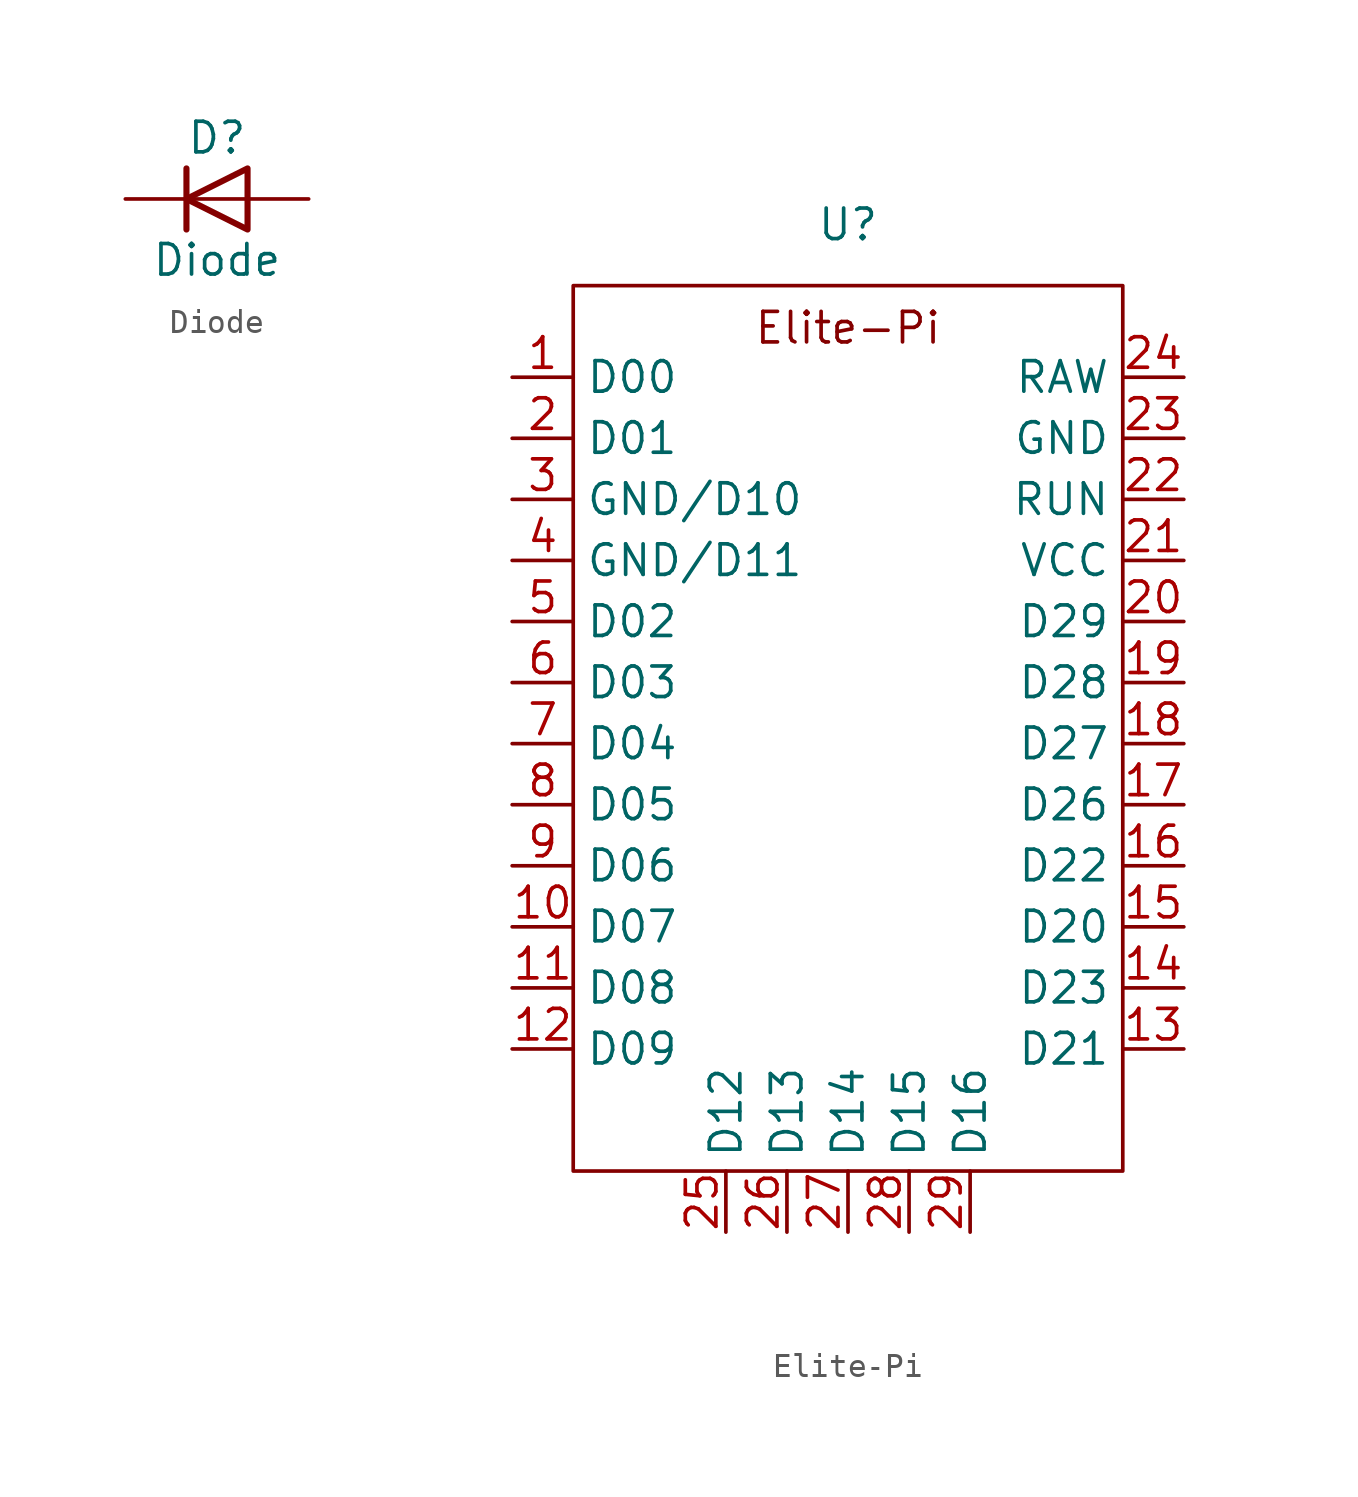
<source format=kicad_sym>
(kicad_symbol_lib
  (version 20231120)
  (generator "kicad_symbol_editor")
  (generator_version "8.0")
  (symbol "Diode"
    (pin_numbers hide)
    (pin_names hide)
    (property "Reference" "D"
      (at 0 2.54 0)
      (effects (font (size 1.27 1.27))))
    (property "Value" "Diode"
      (at 0 -2.54 0)
      (effects (font (size 1.27 1.27))))
    (symbol "Diode_0_1"
      (polyline (pts (xy -1.27 1.27) (xy -1.27 -1.27)) (stroke (width 0.254) (type default)) (fill (type none)))
      (polyline (pts (xy 1.27 0) (xy -1.27 0)) (stroke (width 0) (type default)) (fill (type none)))
      (polyline (pts (xy 1.27 1.27) (xy 1.27 -1.27) (xy -1.27 0) (xy 1.27 1.27)) (stroke (width 0.254) (type default)) (fill (type none))))
    (symbol "Diode_1_1"
      (pin passive line (at -3.81 0 0) (length 2.54) (name "K" (effects (font (size 1.27 1.27)))) (number "1" (effects (font (size 1.27 1.27)))))
      (pin passive line (at 3.81 0 180) (length 2.54) (name "A" (effects (font (size 1.27 1.27)))) (number "2" (effects (font (size 1.27 1.27)))))))
  (symbol "Elite-Pi"
    (property "Reference" "U"
      (at 0 0 0)
      (effects (font (size 1.27 1.27))))
    (property "Value" ""
      (at 0 0 0)
      (effects (font (size 1.27 1.27))))
    (symbol "Elite-Pi_1_1"
      (text_box "Elite-Pi" (at -11.43 -2.54 0) (size 22.86 -36.83) (stroke (width 0) (type default)) (fill (type none)) (effects (font (size 1.27 1.27)) (justify top)))
      (pin bidirectional line (at -13.97 -6.35 0) (length 2.54) (name "D00" (effects (font (size 1.27 1.27)))) (number "1" (effects (font (size 1.27 1.27)))))
      (pin bidirectional line (at -13.97 -29.21 0) (length 2.54) (name "D07" (effects (font (size 1.27 1.27)))) (number "10" (effects (font (size 1.27 1.27)))))
      (pin bidirectional line (at -13.97 -31.75 0) (length 2.54) (name "D08" (effects (font (size 1.27 1.27)))) (number "11" (effects (font (size 1.27 1.27)))))
      (pin bidirectional line (at -13.97 -34.29 0) (length 2.54) (name "D09" (effects (font (size 1.27 1.27)))) (number "12" (effects (font (size 1.27 1.27)))))
      (pin bidirectional line (at 13.97 -34.29 180) (length 2.54) (name "D21" (effects (font (size 1.27 1.27)))) (number "13" (effects (font (size 1.27 1.27)))))
      (pin bidirectional line (at 13.97 -31.75 180) (length 2.54) (name "D23" (effects (font (size 1.27 1.27)))) (number "14" (effects (font (size 1.27 1.27)))))
      (pin bidirectional line (at 13.97 -29.21 180) (length 2.54) (name "D20" (effects (font (size 1.27 1.27)))) (number "15" (effects (font (size 1.27 1.27)))))
      (pin bidirectional line (at 13.97 -26.67 180) (length 2.54) (name "D22" (effects (font (size 1.27 1.27)))) (number "16" (effects (font (size 1.27 1.27)))))
      (pin bidirectional line (at 13.97 -24.13 180) (length 2.54) (name "D26" (effects (font (size 1.27 1.27)))) (number "17" (effects (font (size 1.27 1.27)))))
      (pin bidirectional line (at 13.97 -21.59 180) (length 2.54) (name "D27" (effects (font (size 1.27 1.27)))) (number "18" (effects (font (size 1.27 1.27)))))
      (pin bidirectional line (at 13.97 -19.05 180) (length 2.54) (name "D28" (effects (font (size 1.27 1.27)))) (number "19" (effects (font (size 1.27 1.27)))))
      (pin bidirectional line (at -13.97 -8.89 0) (length 2.54) (name "D01" (effects (font (size 1.27 1.27)))) (number "2" (effects (font (size 1.27 1.27)))))
      (pin bidirectional line (at 13.97 -16.51 180) (length 2.54) (name "D29" (effects (font (size 1.27 1.27)))) (number "20" (effects (font (size 1.27 1.27)))))
      (pin power_out line (at 13.97 -13.97 180) (length 2.54) (name "VCC" (effects (font (size 1.27 1.27)))) (number "21" (effects (font (size 1.27 1.27)))))
      (pin power_in line (at 13.97 -11.43 180) (length 2.54) (name "RUN" (effects (font (size 1.27 1.27)))) (number "22" (effects (font (size 1.27 1.27)))))
      (pin power_in line (at 13.97 -8.89 180) (length 2.54) (name "GND" (effects (font (size 1.27 1.27)))) (number "23" (effects (font (size 1.27 1.27)))))
      (pin bidirectional line (at 13.97 -6.35 180) (length 2.54) (name "RAW" (effects (font (size 1.27 1.27)))) (number "24" (effects (font (size 1.27 1.27)))))
      (pin bidirectional line (at -5.08 -41.91 90) (length 2.54) (name "D12" (effects (font (size 1.27 1.27)))) (number "25" (effects (font (size 1.27 1.27)))))
      (pin bidirectional line (at -2.54 -41.91 90) (length 2.54) (name "D13" (effects (font (size 1.27 1.27)))) (number "26" (effects (font (size 1.27 1.27)))))
      (pin bidirectional line (at 0 -41.91 90) (length 2.54) (name "D14" (effects (font (size 1.27 1.27)))) (number "27" (effects (font (size 1.27 1.27)))))
      (pin bidirectional line (at 2.54 -41.91 90) (length 2.54) (name "D15" (effects (font (size 1.27 1.27)))) (number "28" (effects (font (size 1.27 1.27)))))
      (pin bidirectional line (at 5.08 -41.91 90) (length 2.54) (name "D16" (effects (font (size 1.27 1.27)))) (number "29" (effects (font (size 1.27 1.27)))))
      (pin bidirectional line (at -13.97 -11.43 0) (length 2.54) (name "GND/D10" (effects (font (size 1.27 1.27)))) (number "3" (effects (font (size 1.27 1.27)))))
      (pin bidirectional line (at -13.97 -13.97 0) (length 2.54) (name "GND/D11" (effects (font (size 1.27 1.27)))) (number "4" (effects (font (size 1.27 1.27)))))
      (pin bidirectional line (at -13.97 -16.51 0) (length 2.54) (name "D02" (effects (font (size 1.27 1.27)))) (number "5" (effects (font (size 1.27 1.27)))))
      (pin bidirectional line (at -13.97 -19.05 0) (length 2.54) (name "D03" (effects (font (size 1.27 1.27)))) (number "6" (effects (font (size 1.27 1.27)))))
      (pin bidirectional line (at -13.97 -21.59 0) (length 2.54) (name "D04" (effects (font (size 1.27 1.27)))) (number "7" (effects (font (size 1.27 1.27)))))
      (pin bidirectional line (at -13.97 -24.13 0) (length 2.54) (name "D05" (effects (font (size 1.27 1.27)))) (number "8" (effects (font (size 1.27 1.27)))))
      (pin bidirectional line (at -13.97 -26.67 0) (length 2.54) (name "D06" (effects (font (size 1.27 1.27)))) (number "9" (effects (font (size 1.27 1.27))))))))
</source>
